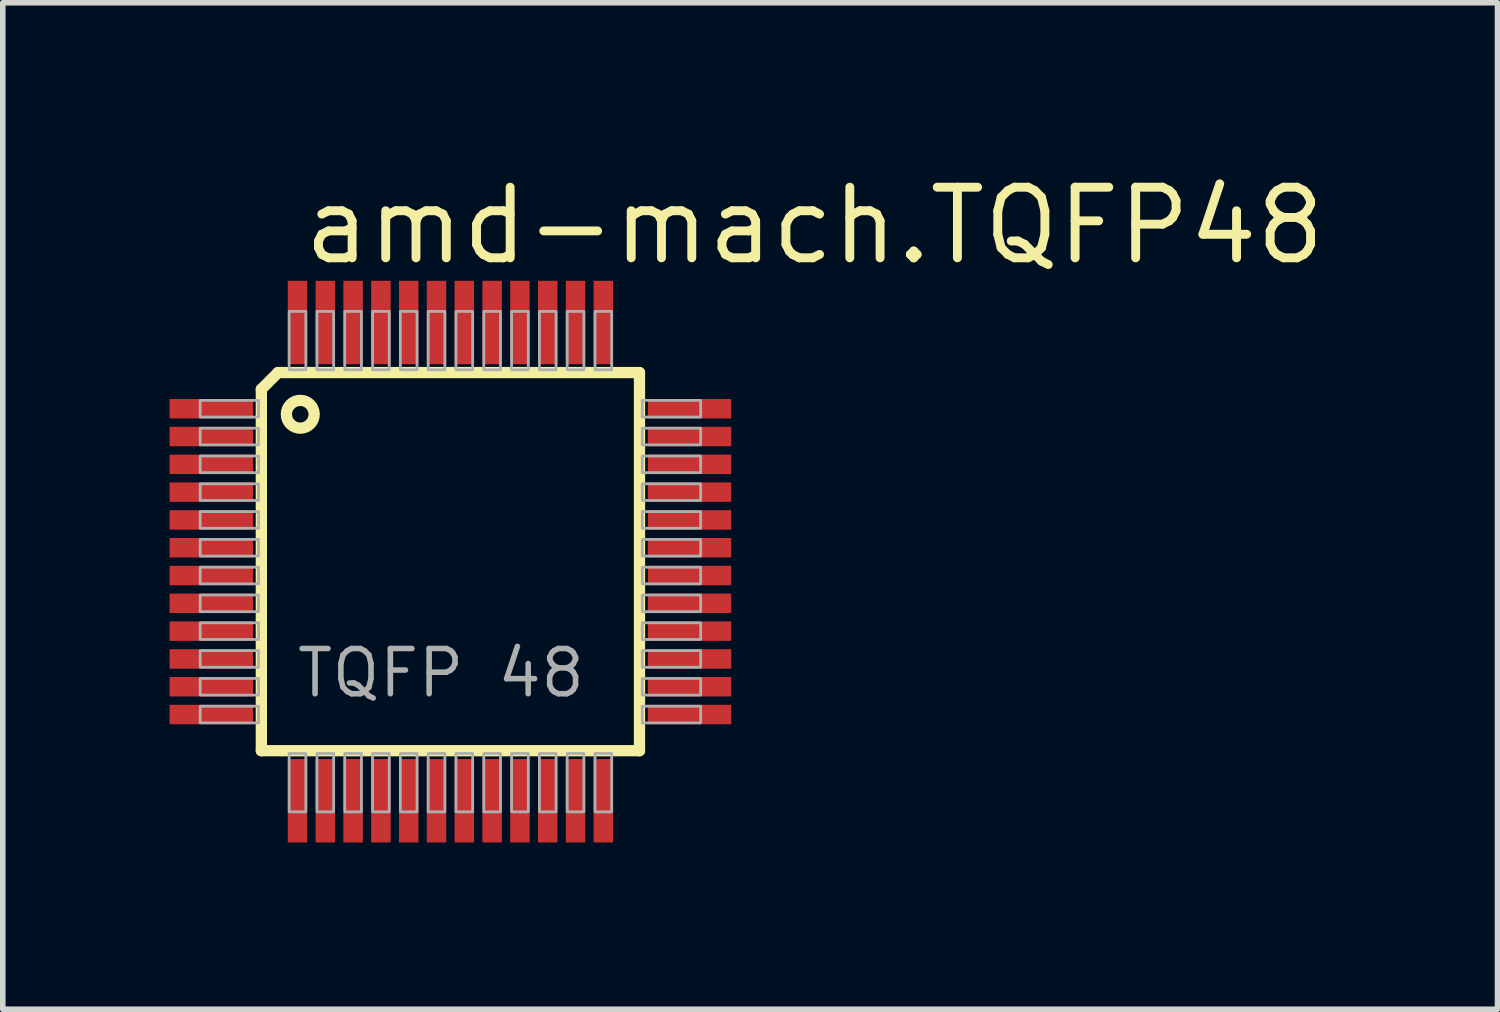
<source format=kicad_pcb>
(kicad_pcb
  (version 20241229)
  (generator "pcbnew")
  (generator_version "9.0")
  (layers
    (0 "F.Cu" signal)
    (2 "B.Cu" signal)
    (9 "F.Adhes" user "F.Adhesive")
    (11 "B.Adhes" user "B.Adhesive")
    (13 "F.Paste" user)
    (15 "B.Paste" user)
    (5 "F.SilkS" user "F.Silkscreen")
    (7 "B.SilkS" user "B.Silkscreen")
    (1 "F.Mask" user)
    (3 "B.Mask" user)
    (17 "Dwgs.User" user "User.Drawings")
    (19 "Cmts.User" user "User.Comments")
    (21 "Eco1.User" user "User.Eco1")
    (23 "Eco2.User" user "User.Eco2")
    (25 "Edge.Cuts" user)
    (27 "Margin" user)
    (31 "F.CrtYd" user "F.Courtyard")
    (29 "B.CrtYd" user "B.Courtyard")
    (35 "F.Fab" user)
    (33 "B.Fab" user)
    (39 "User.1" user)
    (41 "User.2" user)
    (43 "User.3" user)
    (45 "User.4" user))
  (footprint "amd-mach.TQFP48"
    (layer "F.Cu")
    (at 5.05 7.05)
    (property "Reference" "amd-mach.TQFP48" (at -2.72 -5.3 0) (layer "F.SilkS") (effects (font (size 1.27 1.27) (thickness 0.16)) (justify left bottom)))
    (attr smd)
    (fp_line (start -3.4 -3.1) (end -3.4 3.4) (stroke (width 0.203) (type default)) (layer "F.SilkS"))
    (fp_line (start -3.4 3.4) (end 3.4 3.4) (stroke (width 0.203) (type default)) (layer "F.SilkS"))
    (fp_line (start -3.1 -3.4) (end -3.4 -3.1) (stroke (width 0.203) (type default)) (layer "F.SilkS"))
    (fp_line (start 3.4 -3.4) (end -3.1 -3.4) (stroke (width 0.203) (type default)) (layer "F.SilkS"))
    (fp_line (start 3.4 3.4) (end 3.4 -3.4) (stroke (width 0.203) (type default)) (layer "F.SilkS"))
    (fp_circle (center -2.7 -2.65) (end -2.45 -2.65) (stroke (width 0.203) (type default)) (fill no) (layer "F.SilkS"))
    (fp_rect (start -4.5 -2.6) (end -3.45 -2.9) (stroke (width 0.05) (type default)) (fill no) (layer "F.Fab"))
    (fp_rect (start -4.5 -2.1) (end -3.45 -2.4) (stroke (width 0.05) (type default)) (fill no) (layer "F.Fab"))
    (fp_rect (start -4.5 -1.6) (end -3.45 -1.9) (stroke (width 0.05) (type default)) (fill no) (layer "F.Fab"))
    (fp_rect (start -4.5 -1.1) (end -3.45 -1.4) (stroke (width 0.05) (type default)) (fill no) (layer "F.Fab"))
    (fp_rect (start -4.5 -0.6) (end -3.45 -0.9) (stroke (width 0.05) (type default)) (fill no) (layer "F.Fab"))
    (fp_rect (start -4.5 -0.1) (end -3.45 -0.4) (stroke (width 0.05) (type default)) (fill no) (layer "F.Fab"))
    (fp_rect (start -4.5 0.4) (end -3.45 0.1) (stroke (width 0.05) (type default)) (fill no) (layer "F.Fab"))
    (fp_rect (start -4.5 0.9) (end -3.45 0.6) (stroke (width 0.05) (type default)) (fill no) (layer "F.Fab"))
    (fp_rect (start -4.5 1.4) (end -3.45 1.1) (stroke (width 0.05) (type default)) (fill no) (layer "F.Fab"))
    (fp_rect (start -4.5 1.9) (end -3.45 1.6) (stroke (width 0.05) (type default)) (fill no) (layer "F.Fab"))
    (fp_rect (start -4.5 2.4) (end -3.45 2.1) (stroke (width 0.05) (type default)) (fill no) (layer "F.Fab"))
    (fp_rect (start -4.5 2.9) (end -3.45 2.6) (stroke (width 0.05) (type default)) (fill no) (layer "F.Fab"))
    (fp_rect (start -2.9 -3.45) (end -2.6 -4.5) (stroke (width 0.05) (type default)) (fill no) (layer "F.Fab"))
    (fp_rect (start -2.9 4.5) (end -2.6 3.45) (stroke (width 0.05) (type default)) (fill no) (layer "F.Fab"))
    (fp_rect (start -2.4 -3.45) (end -2.1 -4.5) (stroke (width 0.05) (type default)) (fill no) (layer "F.Fab"))
    (fp_rect (start -2.4 4.5) (end -2.1 3.45) (stroke (width 0.05) (type default)) (fill no) (layer "F.Fab"))
    (fp_rect (start -1.9 -3.45) (end -1.6 -4.5) (stroke (width 0.05) (type default)) (fill no) (layer "F.Fab"))
    (fp_rect (start -1.9 4.5) (end -1.6 3.45) (stroke (width 0.05) (type default)) (fill no) (layer "F.Fab"))
    (fp_rect (start -1.4 -3.45) (end -1.1 -4.5) (stroke (width 0.05) (type default)) (fill no) (layer "F.Fab"))
    (fp_rect (start -1.4 4.5) (end -1.1 3.45) (stroke (width 0.05) (type default)) (fill no) (layer "F.Fab"))
    (fp_rect (start -0.9 -3.45) (end -0.6 -4.5) (stroke (width 0.05) (type default)) (fill no) (layer "F.Fab"))
    (fp_rect (start -0.9 4.5) (end -0.6 3.45) (stroke (width 0.05) (type default)) (fill no) (layer "F.Fab"))
    (fp_rect (start -0.4 -3.45) (end -0.1 -4.5) (stroke (width 0.05) (type default)) (fill no) (layer "F.Fab"))
    (fp_rect (start -0.4 4.5) (end -0.1 3.45) (stroke (width 0.05) (type default)) (fill no) (layer "F.Fab"))
    (fp_rect (start 0.1 -3.45) (end 0.4 -4.5) (stroke (width 0.05) (type default)) (fill no) (layer "F.Fab"))
    (fp_rect (start 0.1 4.5) (end 0.4 3.45) (stroke (width 0.05) (type default)) (fill no) (layer "F.Fab"))
    (fp_rect (start 0.6 -3.45) (end 0.9 -4.5) (stroke (width 0.05) (type default)) (fill no) (layer "F.Fab"))
    (fp_rect (start 0.6 4.5) (end 0.9 3.45) (stroke (width 0.05) (type default)) (fill no) (layer "F.Fab"))
    (fp_rect (start 1.1 -3.45) (end 1.4 -4.5) (stroke (width 0.05) (type default)) (fill no) (layer "F.Fab"))
    (fp_rect (start 1.1 4.5) (end 1.4 3.45) (stroke (width 0.05) (type default)) (fill no) (layer "F.Fab"))
    (fp_rect (start 1.6 -3.45) (end 1.9 -4.5) (stroke (width 0.05) (type default)) (fill no) (layer "F.Fab"))
    (fp_rect (start 1.6 4.5) (end 1.9 3.45) (stroke (width 0.05) (type default)) (fill no) (layer "F.Fab"))
    (fp_rect (start 2.1 -3.45) (end 2.4 -4.5) (stroke (width 0.05) (type default)) (fill no) (layer "F.Fab"))
    (fp_rect (start 2.1 4.5) (end 2.4 3.45) (stroke (width 0.05) (type default)) (fill no) (layer "F.Fab"))
    (fp_rect (start 2.6 -3.45) (end 2.9 -4.5) (stroke (width 0.05) (type default)) (fill no) (layer "F.Fab"))
    (fp_rect (start 2.6 4.5) (end 2.9 3.45) (stroke (width 0.05) (type default)) (fill no) (layer "F.Fab"))
    (fp_rect (start 3.45 -2.6) (end 4.5 -2.9) (stroke (width 0.05) (type default)) (fill no) (layer "F.Fab"))
    (fp_rect (start 3.45 -2.1) (end 4.5 -2.4) (stroke (width 0.05) (type default)) (fill no) (layer "F.Fab"))
    (fp_rect (start 3.45 -1.6) (end 4.5 -1.9) (stroke (width 0.05) (type default)) (fill no) (layer "F.Fab"))
    (fp_rect (start 3.45 -1.1) (end 4.5 -1.4) (stroke (width 0.05) (type default)) (fill no) (layer "F.Fab"))
    (fp_rect (start 3.45 -0.6) (end 4.5 -0.9) (stroke (width 0.05) (type default)) (fill no) (layer "F.Fab"))
    (fp_rect (start 3.45 -0.1) (end 4.5 -0.4) (stroke (width 0.05) (type default)) (fill no) (layer "F.Fab"))
    (fp_rect (start 3.45 0.4) (end 4.5 0.1) (stroke (width 0.05) (type default)) (fill no) (layer "F.Fab"))
    (fp_rect (start 3.45 0.9) (end 4.5 0.6) (stroke (width 0.05) (type default)) (fill no) (layer "F.Fab"))
    (fp_rect (start 3.45 1.4) (end 4.5 1.1) (stroke (width 0.05) (type default)) (fill no) (layer "F.Fab"))
    (fp_rect (start 3.45 1.9) (end 4.5 1.6) (stroke (width 0.05) (type default)) (fill no) (layer "F.Fab"))
    (fp_rect (start 3.45 2.4) (end 4.5 2.1) (stroke (width 0.05) (type default)) (fill no) (layer "F.Fab"))
    (fp_rect (start 3.45 2.9) (end 4.5 2.6) (stroke (width 0.05) (type default)) (fill no) (layer "F.Fab"))
    (fp_text user "TQFP 48" (at -2.81 2.48 0) (layer "F.Fab") (effects (font (size 0.813 0.813) (thickness 0.1)) (justify left bottom)))
    (pad "1" smd roundrect (at -4.3 -2.75) (size 1.5 0.35) (layers "F.Cu" "F.Mask" "F.Paste") (roundrect_rratio 0.01))
    (pad "2" smd roundrect (at -4.3 -2.25) (size 1.5 0.35) (layers "F.Cu" "F.Mask" "F.Paste") (roundrect_rratio 0.01))
    (pad "3" smd roundrect (at -4.3 -1.75) (size 1.5 0.35) (layers "F.Cu" "F.Mask" "F.Paste") (roundrect_rratio 0.01))
    (pad "4" smd roundrect (at -4.3 -1.25) (size 1.5 0.35) (layers "F.Cu" "F.Mask" "F.Paste") (roundrect_rratio 0.01))
    (pad "5" smd roundrect (at -4.3 -0.75) (size 1.5 0.35) (layers "F.Cu" "F.Mask" "F.Paste") (roundrect_rratio 0.01))
    (pad "6" smd roundrect (at -4.3 -0.25) (size 1.5 0.35) (layers "F.Cu" "F.Mask" "F.Paste") (roundrect_rratio 0.01))
    (pad "7" smd roundrect (at -4.3 0.25) (size 1.5 0.35) (layers "F.Cu" "F.Mask" "F.Paste") (roundrect_rratio 0.01))
    (pad "8" smd roundrect (at -4.3 0.75) (size 1.5 0.35) (layers "F.Cu" "F.Mask" "F.Paste") (roundrect_rratio 0.01))
    (pad "9" smd roundrect (at -4.3 1.25) (size 1.5 0.35) (layers "F.Cu" "F.Mask" "F.Paste") (roundrect_rratio 0.01))
    (pad "10" smd roundrect (at -4.3 1.75) (size 1.5 0.35) (layers "F.Cu" "F.Mask" "F.Paste") (roundrect_rratio 0.01))
    (pad "11" smd roundrect (at -4.3 2.25) (size 1.5 0.35) (layers "F.Cu" "F.Mask" "F.Paste") (roundrect_rratio 0.01))
    (pad "12" smd roundrect (at -4.3 2.75) (size 1.5 0.35) (layers "F.Cu" "F.Mask" "F.Paste") (roundrect_rratio 0.01))
    (pad "13" smd roundrect (at -2.75 4.3) (size 0.35 1.5) (layers "F.Cu" "F.Mask" "F.Paste") (roundrect_rratio 0.01))
    (pad "14" smd roundrect (at -2.25 4.3) (size 0.35 1.5) (layers "F.Cu" "F.Mask" "F.Paste") (roundrect_rratio 0.01))
    (pad "15" smd roundrect (at -1.75 4.3) (size 0.35 1.5) (layers "F.Cu" "F.Mask" "F.Paste") (roundrect_rratio 0.01))
    (pad "16" smd roundrect (at -1.25 4.3) (size 0.35 1.5) (layers "F.Cu" "F.Mask" "F.Paste") (roundrect_rratio 0.01))
    (pad "17" smd roundrect (at -0.75 4.3) (size 0.35 1.5) (layers "F.Cu" "F.Mask" "F.Paste") (roundrect_rratio 0.01))
    (pad "18" smd roundrect (at -0.25 4.3) (size 0.35 1.5) (layers "F.Cu" "F.Mask" "F.Paste") (roundrect_rratio 0.01))
    (pad "19" smd roundrect (at 0.25 4.3) (size 0.35 1.5) (layers "F.Cu" "F.Mask" "F.Paste") (roundrect_rratio 0.01))
    (pad "20" smd roundrect (at 0.75 4.3) (size 0.35 1.5) (layers "F.Cu" "F.Mask" "F.Paste") (roundrect_rratio 0.01))
    (pad "21" smd roundrect (at 1.25 4.3) (size 0.35 1.5) (layers "F.Cu" "F.Mask" "F.Paste") (roundrect_rratio 0.01))
    (pad "22" smd roundrect (at 1.75 4.3) (size 0.35 1.5) (layers "F.Cu" "F.Mask" "F.Paste") (roundrect_rratio 0.01))
    (pad "23" smd roundrect (at 2.25 4.3) (size 0.35 1.5) (layers "F.Cu" "F.Mask" "F.Paste") (roundrect_rratio 0.01))
    (pad "24" smd roundrect (at 2.75 4.3) (size 0.35 1.5) (layers "F.Cu" "F.Mask" "F.Paste") (roundrect_rratio 0.01))
    (pad "25" smd roundrect (at 4.3 2.75) (size 1.5 0.35) (layers "F.Cu" "F.Mask" "F.Paste") (roundrect_rratio 0.01))
    (pad "26" smd roundrect (at 4.3 2.25) (size 1.5 0.35) (layers "F.Cu" "F.Mask" "F.Paste") (roundrect_rratio 0.01))
    (pad "27" smd roundrect (at 4.3 1.75) (size 1.5 0.35) (layers "F.Cu" "F.Mask" "F.Paste") (roundrect_rratio 0.01))
    (pad "28" smd roundrect (at 4.3 1.25) (size 1.5 0.35) (layers "F.Cu" "F.Mask" "F.Paste") (roundrect_rratio 0.01))
    (pad "29" smd roundrect (at 4.3 0.75) (size 1.5 0.35) (layers "F.Cu" "F.Mask" "F.Paste") (roundrect_rratio 0.01))
    (pad "30" smd roundrect (at 4.3 0.25) (size 1.5 0.35) (layers "F.Cu" "F.Mask" "F.Paste") (roundrect_rratio 0.01))
    (pad "31" smd roundrect (at 4.3 -0.25) (size 1.5 0.35) (layers "F.Cu" "F.Mask" "F.Paste") (roundrect_rratio 0.01))
    (pad "32" smd roundrect (at 4.3 -0.75) (size 1.5 0.35) (layers "F.Cu" "F.Mask" "F.Paste") (roundrect_rratio 0.01))
    (pad "33" smd roundrect (at 4.3 -1.25) (size 1.5 0.35) (layers "F.Cu" "F.Mask" "F.Paste") (roundrect_rratio 0.01))
    (pad "34" smd roundrect (at 4.3 -1.75) (size 1.5 0.35) (layers "F.Cu" "F.Mask" "F.Paste") (roundrect_rratio 0.01))
    (pad "35" smd roundrect (at 4.3 -2.25) (size 1.5 0.35) (layers "F.Cu" "F.Mask" "F.Paste") (roundrect_rratio 0.01))
    (pad "36" smd roundrect (at 4.3 -2.75) (size 1.5 0.35) (layers "F.Cu" "F.Mask" "F.Paste") (roundrect_rratio 0.01))
    (pad "37" smd roundrect (at 2.75 -4.3) (size 0.35 1.5) (layers "F.Cu" "F.Mask" "F.Paste") (roundrect_rratio 0.01))
    (pad "38" smd roundrect (at 2.25 -4.3) (size 0.35 1.5) (layers "F.Cu" "F.Mask" "F.Paste") (roundrect_rratio 0.01))
    (pad "39" smd roundrect (at 1.75 -4.3) (size 0.35 1.5) (layers "F.Cu" "F.Mask" "F.Paste") (roundrect_rratio 0.01))
    (pad "40" smd roundrect (at 1.25 -4.3) (size 0.35 1.5) (layers "F.Cu" "F.Mask" "F.Paste") (roundrect_rratio 0.01))
    (pad "41" smd roundrect (at 0.75 -4.3) (size 0.35 1.5) (layers "F.Cu" "F.Mask" "F.Paste") (roundrect_rratio 0.01))
    (pad "42" smd roundrect (at 0.25 -4.3) (size 0.35 1.5) (layers "F.Cu" "F.Mask" "F.Paste") (roundrect_rratio 0.01))
    (pad "43" smd roundrect (at -0.25 -4.3) (size 0.35 1.5) (layers "F.Cu" "F.Mask" "F.Paste") (roundrect_rratio 0.01))
    (pad "44" smd roundrect (at -0.75 -4.3) (size 0.35 1.5) (layers "F.Cu" "F.Mask" "F.Paste") (roundrect_rratio 0.01))
    (pad "45" smd roundrect (at -1.25 -4.3) (size 0.35 1.5) (layers "F.Cu" "F.Mask" "F.Paste") (roundrect_rratio 0.01))
    (pad "46" smd roundrect (at -1.75 -4.3) (size 0.35 1.5) (layers "F.Cu" "F.Mask" "F.Paste") (roundrect_rratio 0.01))
    (pad "47" smd roundrect (at -2.25 -4.3) (size 0.35 1.5) (layers "F.Cu" "F.Mask" "F.Paste") (roundrect_rratio 0.01))
    (pad "48" smd roundrect (at -2.75 -4.3) (size 0.35 1.5) (layers "F.Cu" "F.Mask" "F.Paste") (roundrect_rratio 0.01)))
  (gr_rect
    (start -3 -3)
    (end 23.88 15.1)
    (stroke (width 0.1) (type default))
    (fill no)
    (layer "Edge.Cuts")))
</source>
